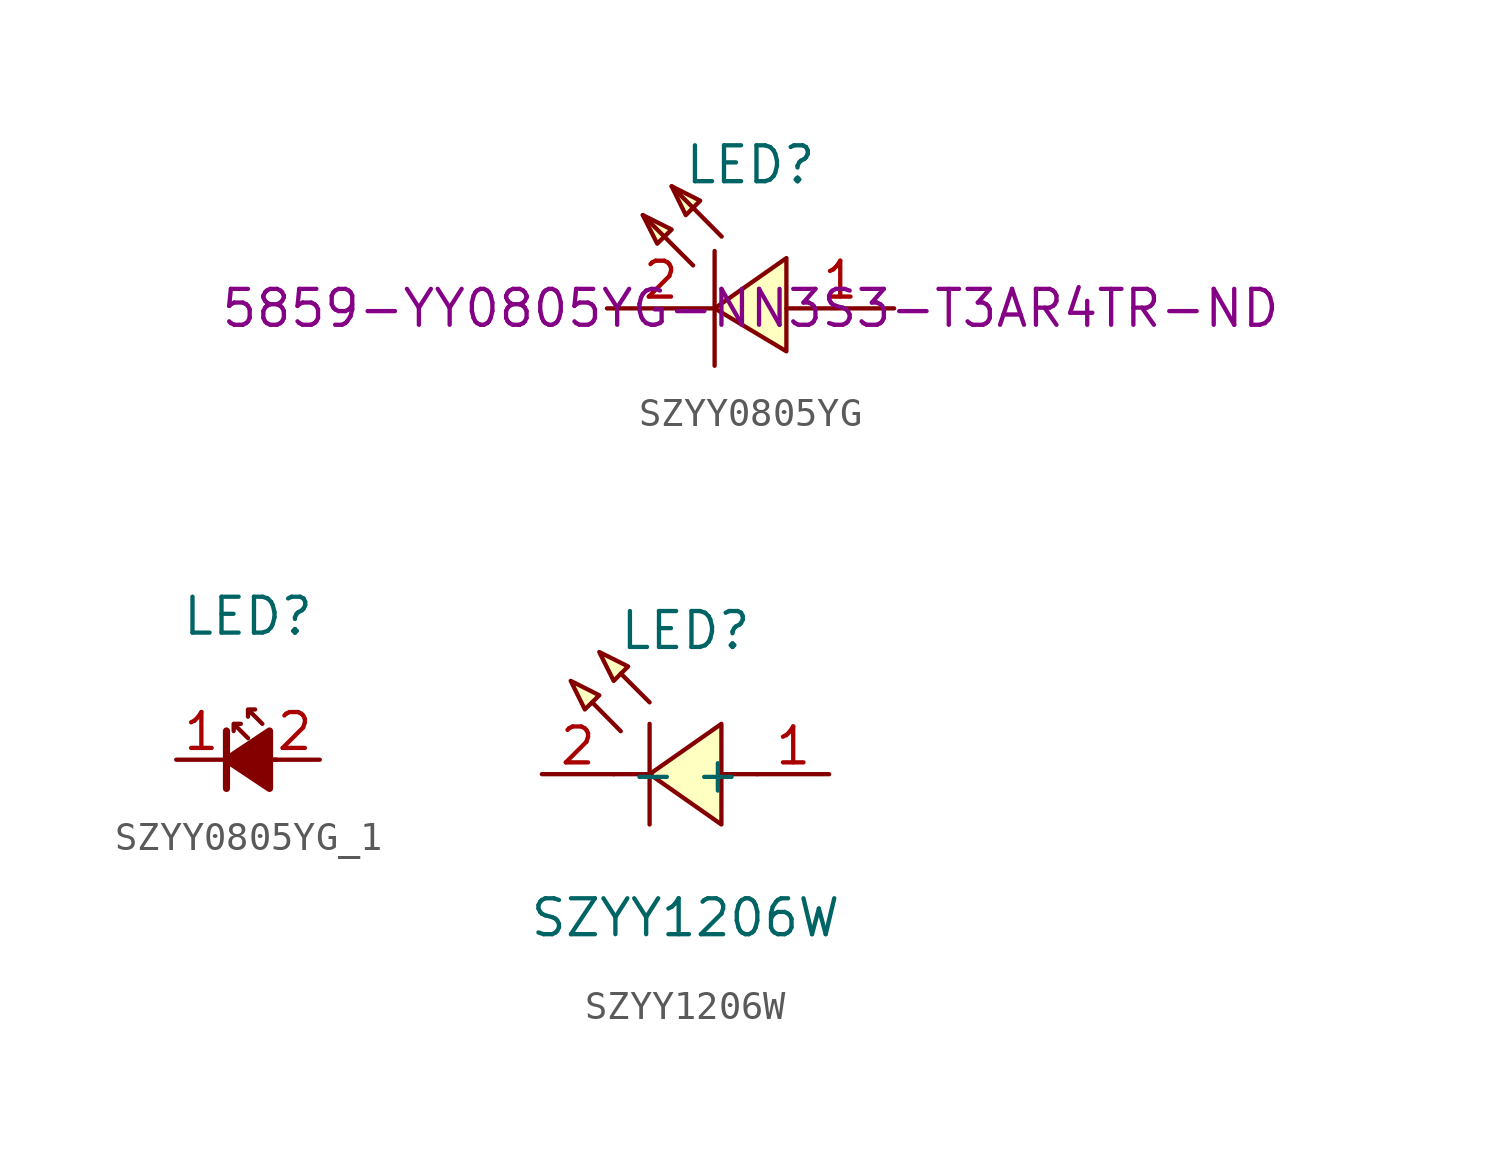
<source format=kicad_sym>
(kicad_symbol_lib
  (version 20231120)
  (generator "kicad_symbol_editor")
  (generator_version "8.0")
  (symbol "SZYY0805YG"
    (pin_names
      (offset 0) hide)
    (property "Reference" "LED"
      (at 0 5.08 0)
      (effects (font (size 1.27 1.27))))
    (property "Digikey part number" "5859-YY0805YG-NN3S3-T3AR4TR-ND"
      (at 0 0 0)
      (effects (font (size 1.27 1.27))))
    (symbol "SZYY0805YG_0_1"
      (polyline (pts (xy -2.03 1.52) (xy -3.81 3.3)) (stroke (width 0) (type default)) (fill (type none)))
      (polyline (pts (xy -1.27 2.03) (xy -1.27 -2.03)) (stroke (width 0) (type default)) (fill (type none)))
      (polyline (pts (xy -1.02 2.54) (xy -2.79 4.32)) (stroke (width 0) (type default)) (fill (type none)))
      (polyline (pts (xy -3.81 3.3) (xy -2.79 2.79) (xy -3.3 2.29) (xy -3.81 3.3)) (stroke (width 0) (type default)) (fill (type background)))
      (polyline (pts (xy -2.79 4.32) (xy -1.78 3.81) (xy -2.29 3.3) (xy -2.79 4.32)) (stroke (width 0) (type default)) (fill (type background)))
      (polyline (pts (xy 1.27 -1.52) (xy -1.27 0) (xy 1.27 1.78) (xy 1.27 -1.52)) (stroke (width 0) (type default)) (fill (type background)))
      (pin unspecified line (at 5.08 0 180) (length 3.81) (name "+" (effects (font (size 1.27 1.27)))) (number "1" (effects (font (size 1.27 1.27)))))
      (pin unspecified line (at -5.08 0 0) (length 3.81) (name "-" (effects (font (size 1.27 1.27)))) (number "2" (effects (font (size 1.27 1.27)))))))
  (symbol "SZYY0805YG_1"
    (pin_names
      (offset 0) hide)
    (property "Reference" "LED"
      (at 0 5.08 0)
      (effects (font (size 1.27 1.27))))
    (symbol "SZYY0805YG_1_0_1"
      (polyline (pts (xy -0.762 -1.016) (xy -0.762 1.016)) (stroke (width 0.254) (type default)) (fill (type none)))
      (polyline (pts (xy 1.016 0) (xy -0.762 0)) (stroke (width 0) (type default)) (fill (type none)))
      (polyline (pts (xy 0.762 -1.016) (xy -0.762 0) (xy 0.762 1.016) (xy 0.762 -1.016)) (stroke (width 0.254) (type default)) (fill (type outline)))
      (polyline (pts (xy 0 0.762) (xy -0.508 1.27) (xy -0.254 1.27) (xy -0.508 1.27) (xy -0.508 1.016)) (stroke (width 0) (type default)) (fill (type none)))
      (polyline (pts (xy 0.508 1.27) (xy 0 1.778) (xy 0.254 1.778) (xy 0 1.778) (xy 0 1.524)) (stroke (width 0) (type default)) (fill (type none))))
    (symbol "SZYY0805YG_1_1_1"
      (pin passive line (at -2.54 0 0) (length 1.778) (name "K" (effects (font (size 1.27 1.27)))) (number "1" (effects (font (size 1.27 1.27)))))
      (pin passive line (at 2.54 0 180) (length 1.778) (name "A" (effects (font (size 1.27 1.27)))) (number "2" (effects (font (size 1.27 1.27)))))))
  (symbol "SZYY1206W"
    (property "Reference" "LED"
      (at 0 5.08 0)
      (effects (font (size 1.27 1.27))))
    (property "Value" "SZYY1206W"
      (at 0 -5.08 0)
      (effects (font (size 1.27 1.27))))
    (symbol "SZYY1206W_0_1"
      (polyline (pts (xy -1.27 0) (xy -2.54 0)) (stroke (width 0) (type default)) (fill (type none)))
      (polyline (pts (xy -1.27 1.78) (xy -1.27 -1.78)) (stroke (width 0) (type default)) (fill (type none)))
      (polyline (pts (xy 2.54 0) (xy 1.27 0)) (stroke (width 0) (type default)) (fill (type none)))
      (polyline (pts (xy -2.29 1.52) (xy -3.3 2.54) (xy -2.29 1.52)) (stroke (width 0) (type default)) (fill (type background)))
      (polyline (pts (xy -1.27 2.54) (xy -2.29 3.56) (xy -1.27 2.54)) (stroke (width 0) (type default)) (fill (type background)))
      (polyline (pts (xy -4.06 3.3) (xy -3.05 2.79) (xy -3.56 2.29) (xy -4.06 3.3)) (stroke (width 0) (type default)) (fill (type background)))
      (polyline (pts (xy -3.05 4.32) (xy -2.03 3.81) (xy -2.54 3.3) (xy -3.05 4.32)) (stroke (width 0) (type default)) (fill (type background)))
      (polyline (pts (xy 1.27 1.78) (xy -1.27 0) (xy 1.27 -1.78) (xy 1.27 1.78)) (stroke (width 0) (type default)) (fill (type background)))
      (pin unspecified line (at 5.08 0 180) (length 2.54) (name "+" (effects (font (size 1.27 1.27)))) (number "1" (effects (font (size 1.27 1.27)))))
      (pin unspecified line (at -5.08 0 0) (length 2.54) (name "-" (effects (font (size 1.27 1.27)))) (number "2" (effects (font (size 1.27 1.27))))))))
</source>
